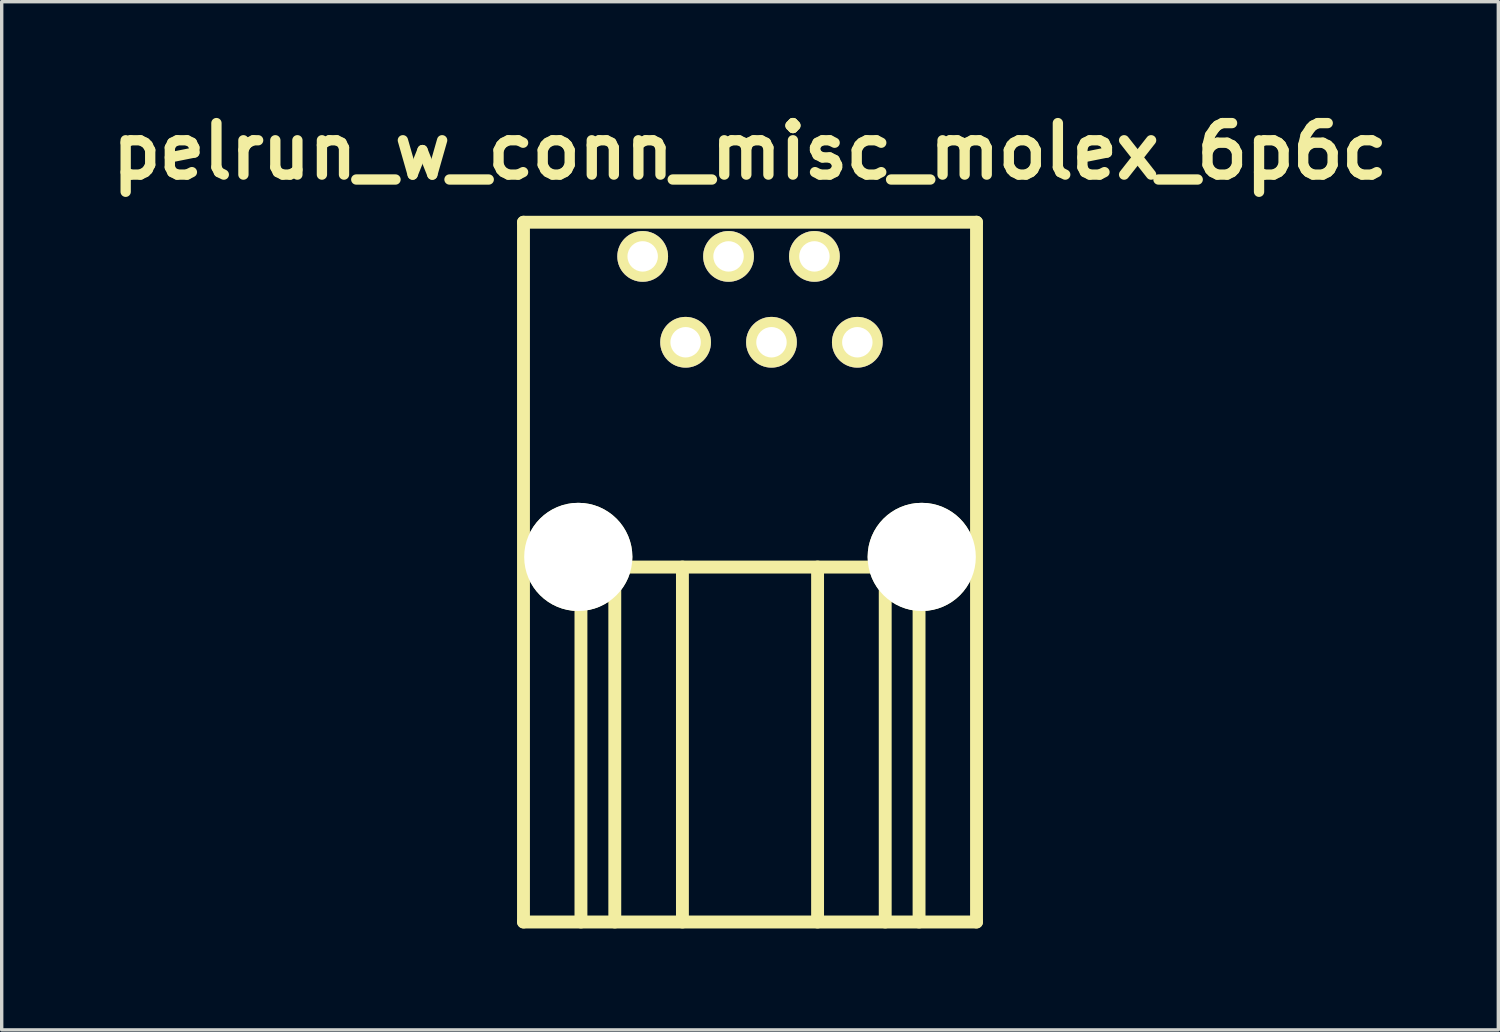
<source format=kicad_pcb>
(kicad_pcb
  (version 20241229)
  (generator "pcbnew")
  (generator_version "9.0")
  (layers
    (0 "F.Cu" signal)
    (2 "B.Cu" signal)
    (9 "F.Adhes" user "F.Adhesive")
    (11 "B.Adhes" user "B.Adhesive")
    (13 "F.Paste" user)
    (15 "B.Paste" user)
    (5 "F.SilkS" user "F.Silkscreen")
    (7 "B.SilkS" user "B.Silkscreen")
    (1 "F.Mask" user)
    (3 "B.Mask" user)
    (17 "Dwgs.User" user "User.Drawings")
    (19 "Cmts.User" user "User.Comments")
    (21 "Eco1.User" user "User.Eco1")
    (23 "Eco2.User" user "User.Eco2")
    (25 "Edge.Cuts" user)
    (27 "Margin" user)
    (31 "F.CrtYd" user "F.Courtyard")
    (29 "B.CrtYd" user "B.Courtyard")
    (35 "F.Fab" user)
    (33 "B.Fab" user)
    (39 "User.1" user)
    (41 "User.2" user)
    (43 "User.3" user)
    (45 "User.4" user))
  (footprint "pelrun_w_conn_misc_molex_6p6c"
    (layer "F.Cu")
    (at 19.137 13.425)
    (property "Reference" "pelrun_w_conn_misc_molex_6p6c" (at 0 -11.999 0) (layer "F.SilkS") (effects (font (size 1.524 1.524) (thickness 0.305))))
    (attr through_hole)
    (fp_line (start -6.701 -9.901) (end -6.701 10.8) (stroke (width 0.381) (type solid)) (layer "F.SilkS"))
    (fp_line (start -6.701 -9.901) (end 6.701 -9.901) (stroke (width 0.381) (type solid)) (layer "F.SilkS"))
    (fp_line (start -5.001 0.3) (end -5.001 10.8) (stroke (width 0.381) (type solid)) (layer "F.SilkS"))
    (fp_line (start -5.001 0.3) (end 5.001 0.3) (stroke (width 0.381) (type solid)) (layer "F.SilkS"))
    (fp_line (start -4 10.8) (end -4 0.3) (stroke (width 0.381) (type solid)) (layer "F.SilkS"))
    (fp_line (start -1.999 10.8) (end -1.999 0.3) (stroke (width 0.381) (type solid)) (layer "F.SilkS"))
    (fp_line (start 1.999 10.8) (end 1.999 0.3) (stroke (width 0.381) (type solid)) (layer "F.SilkS"))
    (fp_line (start 4 0.3) (end 4 10.8) (stroke (width 0.381) (type solid)) (layer "F.SilkS"))
    (fp_line (start 5.001 0.3) (end 5.001 10.8) (stroke (width 0.381) (type solid)) (layer "F.SilkS"))
    (fp_line (start 6.701 -9.901) (end 6.701 10.8) (stroke (width 0.381) (type solid)) (layer "F.SilkS"))
    (fp_line (start 6.701 10.8) (end -6.701 10.8) (stroke (width 0.381) (type solid)) (layer "F.SilkS"))
    (pad "" np_thru_hole circle (at -5.08 0) (size 3.2 3.2) (drill 3.2) (layers "*.Cu" "*.Mask" "F.SilkS"))
    (pad "" np_thru_hole circle (at 5.08 0) (size 3.2 3.2) (drill 3.2) (layers "*.Cu" "*.Mask" "F.SilkS"))
    (pad "1" thru_hole circle (at -3.175 -8.89) (size 1.501 1.501) (drill 0.899) (layers "*.Cu" "*.Mask" "F.SilkS"))
    (pad "2" thru_hole circle (at -1.905 -6.35) (size 1.501 1.501) (drill 0.899) (layers "*.Cu" "*.Mask" "F.SilkS"))
    (pad "3" thru_hole circle (at -0.635 -8.89) (size 1.501 1.501) (drill 0.899) (layers "*.Cu" "*.Mask" "F.SilkS"))
    (pad "4" thru_hole circle (at 0.635 -6.35) (size 1.501 1.501) (drill 0.899) (layers "*.Cu" "*.Mask" "F.SilkS"))
    (pad "5" thru_hole circle (at 1.905 -8.89) (size 1.501 1.501) (drill 0.899) (layers "*.Cu" "*.Mask" "F.SilkS"))
    (pad "6" thru_hole circle (at 3.175 -6.35) (size 1.501 1.501) (drill 0.899) (layers "*.Cu" "*.Mask" "F.SilkS")))
  (gr_rect
    (start -3 -3)
    (end 41.274 27.416)
    (stroke (width 0.1) (type default))
    (fill no)
    (layer "Edge.Cuts")))
</source>
